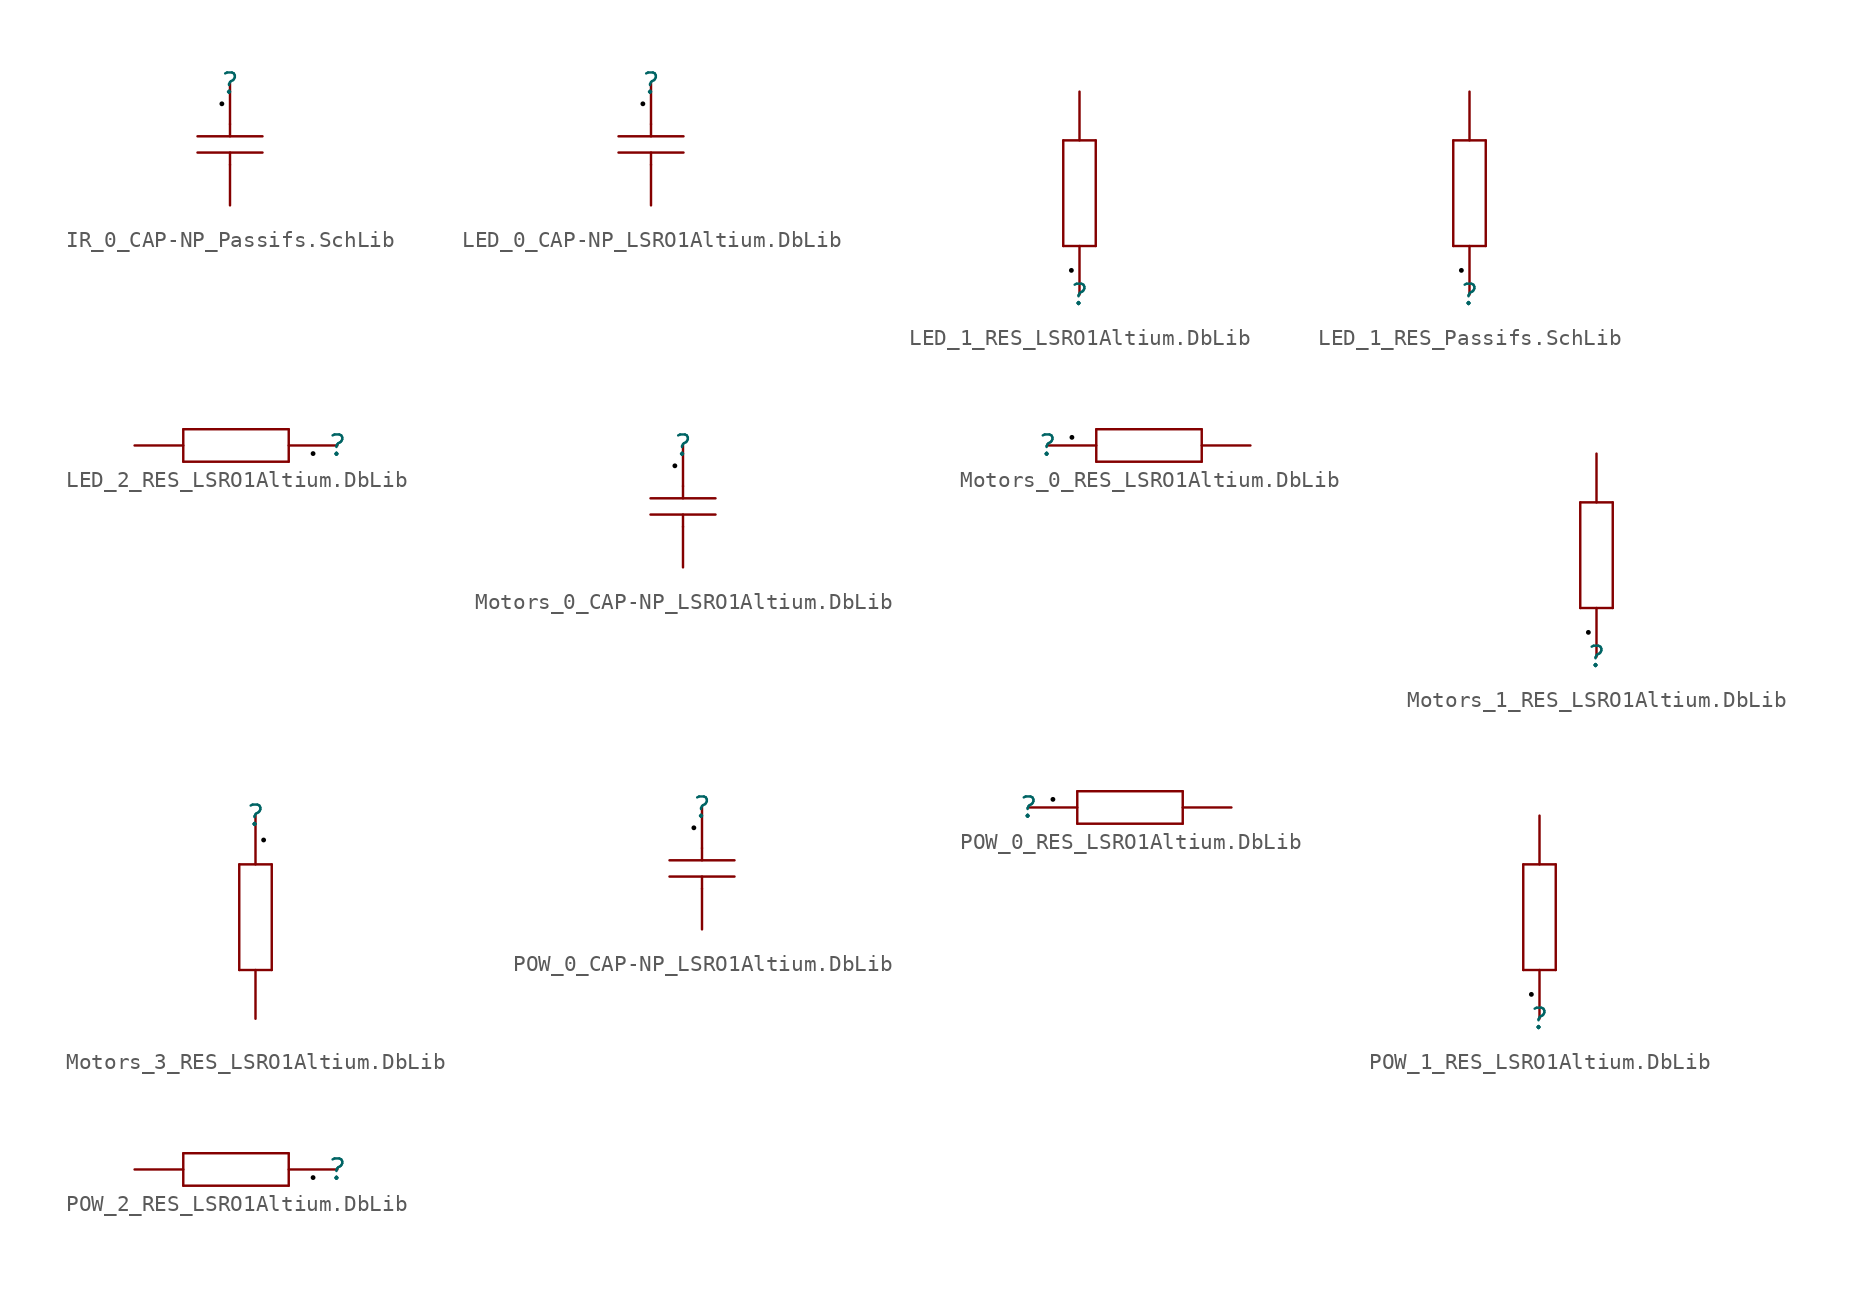
<source format=kicad_sym>
(kicad_symbol_lib
  (version 20241209)
  (generator "kicad_symbol_editor")
  (generator_version "9.0")
  (symbol "IR_0_CAP-NP_Passifs.SchLib"
    (pin_numbers
      (hide yes))
    (pin_names
      (hide yes))
    (property "Reference" ""
      (at 0 0 0)
      (effects (font (size 1.27 1.27))))
    (property "Value" ""
      (at 0 0 0)
      (effects (font (size 1.27 1.27))))
    (symbol "IR_0_CAP-NP_Passifs.SchLib_1_0"
      (polyline (pts (xy -2.032 -3.302) (xy 2.032 -3.302)) (stroke (width 0) (type solid)) (fill (type none)))
      (circle (center -0.508 -1.27) (radius 0.152) (stroke (width -0.0001) (type solid) (color 0 0 0 1)) (fill (type outline)))
      (polyline (pts (xy 0 -2.54) (xy 0 -3.302)) (stroke (width 0) (type solid)) (fill (type none)))
      (polyline (pts (xy 0 -5.08) (xy 0 -4.318)) (stroke (width 0) (type solid)) (fill (type none)))
      (polyline (pts (xy 2.032 -4.318) (xy -2.032 -4.318)) (stroke (width 0) (type solid)) (fill (type none)))
      (pin passive line (at 0 0 270) (length 2.54) (name "1" (effects (font (size 1.27 1.27)))) (number "1" (effects (font (size 1.27 1.27)))))
      (pin passive line (at 0 -7.62 90) (length 2.54) (name "2" (effects (font (size 1.27 1.27)))) (number "2" (effects (font (size 1.27 1.27)))))))
  (symbol "LED_0_CAP-NP_LSRO1Altium.DbLib"
    (pin_numbers
      (hide yes))
    (pin_names
      (hide yes))
    (property "Reference" ""
      (at 0 0 0)
      (effects (font (size 1.27 1.27))))
    (property "Value" ""
      (at 0 0 0)
      (effects (font (size 1.27 1.27))))
    (symbol "LED_0_CAP-NP_LSRO1Altium.DbLib_1_0"
      (polyline (pts (xy -2.032 -3.302) (xy 2.032 -3.302)) (stroke (width 0) (type solid)) (fill (type none)))
      (circle (center -0.508 -1.27) (radius 0.152) (stroke (width -0.0001) (type solid) (color 0 0 0 1)) (fill (type outline)))
      (polyline (pts (xy 0 -2.54) (xy 0 -3.302)) (stroke (width 0) (type solid)) (fill (type none)))
      (polyline (pts (xy 0 -5.08) (xy 0 -4.318)) (stroke (width 0) (type solid)) (fill (type none)))
      (polyline (pts (xy 2.032 -4.318) (xy -2.032 -4.318)) (stroke (width 0) (type solid)) (fill (type none)))
      (pin passive line (at 0 0 270) (length 2.54) (name "1" (effects (font (size 1.27 1.27)))) (number "1" (effects (font (size 1.27 1.27)))))
      (pin passive line (at 0 -7.62 90) (length 2.54) (name "2" (effects (font (size 1.27 1.27)))) (number "2" (effects (font (size 1.27 1.27)))))))
  (symbol "LED_1_RES_LSRO1Altium.DbLib"
    (pin_numbers
      (hide yes))
    (pin_names
      (hide yes))
    (property "Reference" ""
      (at 0 0 0)
      (effects (font (size 1.27 1.27))))
    (property "Value" ""
      (at 0 0 0)
      (effects (font (size 1.27 1.27))))
    (symbol "LED_1_RES_LSRO1Altium.DbLib_1_0"
      (polyline (pts (xy -1.016 9.652) (xy 1.016 9.652)) (stroke (width 0) (type solid)) (fill (type none)))
      (polyline (pts (xy -1.016 3.048) (xy -1.016 9.652)) (stroke (width 0) (type solid)) (fill (type none)))
      (polyline (pts (xy -1.016 3.048) (xy 1.016 3.048)) (stroke (width 0) (type solid)) (fill (type none)))
      (circle (center -0.508 1.524) (radius 0.152) (stroke (width -0.0001) (type solid) (color 0 0 0 1)) (fill (type outline)))
      (polyline (pts (xy 1.016 3.048) (xy 1.016 9.652)) (stroke (width 0) (type solid)) (fill (type none)))
      (pin passive line (at 0 12.7 270) (length 3.048) (name "2" (effects (font (size 1.27 1.27)))) (number "2" (effects (font (size 1.27 1.27)))))
      (pin passive line (at 0 0 90) (length 3.048) (name "1" (effects (font (size 1.27 1.27)))) (number "1" (effects (font (size 1.27 1.27)))))))
  (symbol "LED_1_RES_Passifs.SchLib"
    (pin_numbers
      (hide yes))
    (pin_names
      (hide yes))
    (property "Reference" ""
      (at 0 0 0)
      (effects (font (size 1.27 1.27))))
    (property "Value" ""
      (at 0 0 0)
      (effects (font (size 1.27 1.27))))
    (symbol "LED_1_RES_Passifs.SchLib_1_0"
      (polyline (pts (xy -1.016 9.652) (xy 1.016 9.652)) (stroke (width 0) (type solid)) (fill (type none)))
      (polyline (pts (xy -1.016 3.048) (xy -1.016 9.652)) (stroke (width 0) (type solid)) (fill (type none)))
      (polyline (pts (xy -1.016 3.048) (xy 1.016 3.048)) (stroke (width 0) (type solid)) (fill (type none)))
      (circle (center -0.508 1.524) (radius 0.152) (stroke (width -0.0001) (type solid) (color 0 0 0 1)) (fill (type outline)))
      (polyline (pts (xy 1.016 3.048) (xy 1.016 9.652)) (stroke (width 0) (type solid)) (fill (type none)))
      (pin passive line (at 0 12.7 270) (length 3.048) (name "2" (effects (font (size 1.27 1.27)))) (number "2" (effects (font (size 1.27 1.27)))))
      (pin passive line (at 0 0 90) (length 3.048) (name "1" (effects (font (size 1.27 1.27)))) (number "1" (effects (font (size 1.27 1.27)))))))
  (symbol "LED_2_RES_LSRO1Altium.DbLib"
    (pin_numbers
      (hide yes))
    (pin_names
      (hide yes))
    (property "Reference" ""
      (at 0 0 0)
      (effects (font (size 1.27 1.27))))
    (property "Value" ""
      (at 0 0 0)
      (effects (font (size 1.27 1.27))))
    (symbol "LED_2_RES_LSRO1Altium.DbLib_1_0"
      (polyline (pts (xy -9.652 -1.016) (xy -9.652 1.016)) (stroke (width 0) (type solid)) (fill (type none)))
      (polyline (pts (xy -3.048 1.016) (xy -9.652 1.016)) (stroke (width 0) (type solid)) (fill (type none)))
      (polyline (pts (xy -3.048 -1.016) (xy -9.652 -1.016)) (stroke (width 0) (type solid)) (fill (type none)))
      (polyline (pts (xy -3.048 -1.016) (xy -3.048 1.016)) (stroke (width 0) (type solid)) (fill (type none)))
      (circle (center -1.524 -0.508) (radius 0.152) (stroke (width -0.0001) (type solid) (color 0 0 0 1)) (fill (type outline)))
      (pin passive line (at -12.7 0 0) (length 3.048) (name "2" (effects (font (size 1.27 1.27)))) (number "2" (effects (font (size 1.27 1.27)))))
      (pin passive line (at 0 0 180) (length 3.048) (name "1" (effects (font (size 1.27 1.27)))) (number "1" (effects (font (size 1.27 1.27)))))))
  (symbol "Motors_0_CAP-NP_LSRO1Altium.DbLib"
    (pin_numbers
      (hide yes))
    (pin_names
      (hide yes))
    (property "Reference" ""
      (at 0 0 0)
      (effects (font (size 1.27 1.27))))
    (property "Value" ""
      (at 0 0 0)
      (effects (font (size 1.27 1.27))))
    (symbol "Motors_0_CAP-NP_LSRO1Altium.DbLib_1_0"
      (polyline (pts (xy -2.032 -3.302) (xy 2.032 -3.302)) (stroke (width 0) (type solid)) (fill (type none)))
      (circle (center -0.508 -1.27) (radius 0.152) (stroke (width -0.0001) (type solid) (color 0 0 0 1)) (fill (type outline)))
      (polyline (pts (xy 0 -2.54) (xy 0 -3.302)) (stroke (width 0) (type solid)) (fill (type none)))
      (polyline (pts (xy 0 -5.08) (xy 0 -4.318)) (stroke (width 0) (type solid)) (fill (type none)))
      (polyline (pts (xy 2.032 -4.318) (xy -2.032 -4.318)) (stroke (width 0) (type solid)) (fill (type none)))
      (pin passive line (at 0 0 270) (length 2.54) (name "1" (effects (font (size 1.27 1.27)))) (number "1" (effects (font (size 1.27 1.27)))))
      (pin passive line (at 0 -7.62 90) (length 2.54) (name "2" (effects (font (size 1.27 1.27)))) (number "2" (effects (font (size 1.27 1.27)))))))
  (symbol "Motors_0_RES_LSRO1Altium.DbLib"
    (pin_numbers
      (hide yes))
    (pin_names
      (hide yes))
    (property "Reference" ""
      (at 0 0 0)
      (effects (font (size 1.27 1.27))))
    (property "Value" ""
      (at 0 0 0)
      (effects (font (size 1.27 1.27))))
    (symbol "Motors_0_RES_LSRO1Altium.DbLib_1_0"
      (circle (center 1.524 0.508) (radius 0.152) (stroke (width -0.0001) (type solid) (color 0 0 0 1)) (fill (type outline)))
      (polyline (pts (xy 3.048 1.016) (xy 3.048 -1.016)) (stroke (width 0) (type solid)) (fill (type none)))
      (polyline (pts (xy 3.048 1.016) (xy 9.652 1.016)) (stroke (width 0) (type solid)) (fill (type none)))
      (polyline (pts (xy 3.048 -1.016) (xy 9.652 -1.016)) (stroke (width 0) (type solid)) (fill (type none)))
      (polyline (pts (xy 9.652 1.016) (xy 9.652 -1.016)) (stroke (width 0) (type solid)) (fill (type none)))
      (pin passive line (at 0 0 0) (length 3.048) (name "1" (effects (font (size 1.27 1.27)))) (number "1" (effects (font (size 1.27 1.27)))))
      (pin passive line (at 12.7 0 180) (length 3.048) (name "2" (effects (font (size 1.27 1.27)))) (number "2" (effects (font (size 1.27 1.27)))))))
  (symbol "Motors_1_RES_LSRO1Altium.DbLib"
    (pin_numbers
      (hide yes))
    (pin_names
      (hide yes))
    (property "Reference" ""
      (at 0 0 0)
      (effects (font (size 1.27 1.27))))
    (property "Value" ""
      (at 0 0 0)
      (effects (font (size 1.27 1.27))))
    (symbol "Motors_1_RES_LSRO1Altium.DbLib_1_0"
      (polyline (pts (xy -1.016 9.652) (xy 1.016 9.652)) (stroke (width 0) (type solid)) (fill (type none)))
      (polyline (pts (xy -1.016 3.048) (xy -1.016 9.652)) (stroke (width 0) (type solid)) (fill (type none)))
      (polyline (pts (xy -1.016 3.048) (xy 1.016 3.048)) (stroke (width 0) (type solid)) (fill (type none)))
      (circle (center -0.508 1.524) (radius 0.152) (stroke (width -0.0001) (type solid) (color 0 0 0 1)) (fill (type outline)))
      (polyline (pts (xy 1.016 3.048) (xy 1.016 9.652)) (stroke (width 0) (type solid)) (fill (type none)))
      (pin passive line (at 0 12.7 270) (length 3.048) (name "2" (effects (font (size 1.27 1.27)))) (number "2" (effects (font (size 1.27 1.27)))))
      (pin passive line (at 0 0 90) (length 3.048) (name "1" (effects (font (size 1.27 1.27)))) (number "1" (effects (font (size 1.27 1.27)))))))
  (symbol "Motors_3_RES_LSRO1Altium.DbLib"
    (pin_numbers
      (hide yes))
    (pin_names
      (hide yes))
    (property "Reference" ""
      (at 0 0 0)
      (effects (font (size 1.27 1.27))))
    (property "Value" ""
      (at 0 0 0)
      (effects (font (size 1.27 1.27))))
    (symbol "Motors_3_RES_LSRO1Altium.DbLib_1_0"
      (polyline (pts (xy -1.016 -3.048) (xy -1.016 -9.652)) (stroke (width 0) (type solid)) (fill (type none)))
      (circle (center 0.508 -1.524) (radius 0.152) (stroke (width -0.0001) (type solid) (color 0 0 0 1)) (fill (type outline)))
      (polyline (pts (xy 1.016 -3.048) (xy -1.016 -3.048)) (stroke (width 0) (type solid)) (fill (type none)))
      (polyline (pts (xy 1.016 -3.048) (xy 1.016 -9.652)) (stroke (width 0) (type solid)) (fill (type none)))
      (polyline (pts (xy 1.016 -9.652) (xy -1.016 -9.652)) (stroke (width 0) (type solid)) (fill (type none)))
      (pin passive line (at 0 0 270) (length 3.048) (name "1" (effects (font (size 1.27 1.27)))) (number "1" (effects (font (size 1.27 1.27)))))
      (pin passive line (at 0 -12.7 90) (length 3.048) (name "2" (effects (font (size 1.27 1.27)))) (number "2" (effects (font (size 1.27 1.27)))))))
  (symbol "POW_0_CAP-NP_LSRO1Altium.DbLib"
    (pin_numbers
      (hide yes))
    (pin_names
      (hide yes))
    (property "Reference" ""
      (at 0 0 0)
      (effects (font (size 1.27 1.27))))
    (property "Value" ""
      (at 0 0 0)
      (effects (font (size 1.27 1.27))))
    (symbol "POW_0_CAP-NP_LSRO1Altium.DbLib_1_0"
      (polyline (pts (xy -2.032 -3.302) (xy 2.032 -3.302)) (stroke (width 0) (type solid)) (fill (type none)))
      (circle (center -0.508 -1.27) (radius 0.152) (stroke (width -0.0001) (type solid) (color 0 0 0 1)) (fill (type outline)))
      (polyline (pts (xy 0 -2.54) (xy 0 -3.302)) (stroke (width 0) (type solid)) (fill (type none)))
      (polyline (pts (xy 0 -5.08) (xy 0 -4.318)) (stroke (width 0) (type solid)) (fill (type none)))
      (polyline (pts (xy 2.032 -4.318) (xy -2.032 -4.318)) (stroke (width 0) (type solid)) (fill (type none)))
      (pin passive line (at 0 0 270) (length 2.54) (name "1" (effects (font (size 1.27 1.27)))) (number "1" (effects (font (size 1.27 1.27)))))
      (pin passive line (at 0 -7.62 90) (length 2.54) (name "2" (effects (font (size 1.27 1.27)))) (number "2" (effects (font (size 1.27 1.27)))))))
  (symbol "POW_0_RES_LSRO1Altium.DbLib"
    (pin_numbers
      (hide yes))
    (pin_names
      (hide yes))
    (property "Reference" ""
      (at 0 0 0)
      (effects (font (size 1.27 1.27))))
    (property "Value" ""
      (at 0 0 0)
      (effects (font (size 1.27 1.27))))
    (symbol "POW_0_RES_LSRO1Altium.DbLib_1_0"
      (circle (center 1.524 0.508) (radius 0.152) (stroke (width -0.0001) (type solid) (color 0 0 0 1)) (fill (type outline)))
      (polyline (pts (xy 3.048 1.016) (xy 3.048 -1.016)) (stroke (width 0) (type solid)) (fill (type none)))
      (polyline (pts (xy 3.048 1.016) (xy 9.652 1.016)) (stroke (width 0) (type solid)) (fill (type none)))
      (polyline (pts (xy 3.048 -1.016) (xy 9.652 -1.016)) (stroke (width 0) (type solid)) (fill (type none)))
      (polyline (pts (xy 9.652 1.016) (xy 9.652 -1.016)) (stroke (width 0) (type solid)) (fill (type none)))
      (pin passive line (at 0 0 0) (length 3.048) (name "1" (effects (font (size 1.27 1.27)))) (number "1" (effects (font (size 1.27 1.27)))))
      (pin passive line (at 12.7 0 180) (length 3.048) (name "2" (effects (font (size 1.27 1.27)))) (number "2" (effects (font (size 1.27 1.27)))))))
  (symbol "POW_1_RES_LSRO1Altium.DbLib"
    (pin_numbers
      (hide yes))
    (pin_names
      (hide yes))
    (property "Reference" ""
      (at 0 0 0)
      (effects (font (size 1.27 1.27))))
    (property "Value" ""
      (at 0 0 0)
      (effects (font (size 1.27 1.27))))
    (symbol "POW_1_RES_LSRO1Altium.DbLib_1_0"
      (polyline (pts (xy -1.016 9.652) (xy 1.016 9.652)) (stroke (width 0) (type solid)) (fill (type none)))
      (polyline (pts (xy -1.016 3.048) (xy -1.016 9.652)) (stroke (width 0) (type solid)) (fill (type none)))
      (polyline (pts (xy -1.016 3.048) (xy 1.016 3.048)) (stroke (width 0) (type solid)) (fill (type none)))
      (circle (center -0.508 1.524) (radius 0.152) (stroke (width -0.0001) (type solid) (color 0 0 0 1)) (fill (type outline)))
      (polyline (pts (xy 1.016 3.048) (xy 1.016 9.652)) (stroke (width 0) (type solid)) (fill (type none)))
      (pin passive line (at 0 12.7 270) (length 3.048) (name "2" (effects (font (size 1.27 1.27)))) (number "2" (effects (font (size 1.27 1.27)))))
      (pin passive line (at 0 0 90) (length 3.048) (name "1" (effects (font (size 1.27 1.27)))) (number "1" (effects (font (size 1.27 1.27)))))))
  (symbol "POW_2_RES_LSRO1Altium.DbLib"
    (pin_numbers
      (hide yes))
    (pin_names
      (hide yes))
    (property "Reference" ""
      (at 0 0 0)
      (effects (font (size 1.27 1.27))))
    (property "Value" ""
      (at 0 0 0)
      (effects (font (size 1.27 1.27))))
    (symbol "POW_2_RES_LSRO1Altium.DbLib_1_0"
      (polyline (pts (xy -9.652 -1.016) (xy -9.652 1.016)) (stroke (width 0) (type solid)) (fill (type none)))
      (polyline (pts (xy -3.048 1.016) (xy -9.652 1.016)) (stroke (width 0) (type solid)) (fill (type none)))
      (polyline (pts (xy -3.048 -1.016) (xy -9.652 -1.016)) (stroke (width 0) (type solid)) (fill (type none)))
      (polyline (pts (xy -3.048 -1.016) (xy -3.048 1.016)) (stroke (width 0) (type solid)) (fill (type none)))
      (circle (center -1.524 -0.508) (radius 0.152) (stroke (width -0.0001) (type solid) (color 0 0 0 1)) (fill (type outline)))
      (pin passive line (at -12.7 0 0) (length 3.048) (name "2" (effects (font (size 1.27 1.27)))) (number "2" (effects (font (size 1.27 1.27)))))
      (pin passive line (at 0 0 180) (length 3.048) (name "1" (effects (font (size 1.27 1.27)))) (number "1" (effects (font (size 1.27 1.27))))))))
</source>
